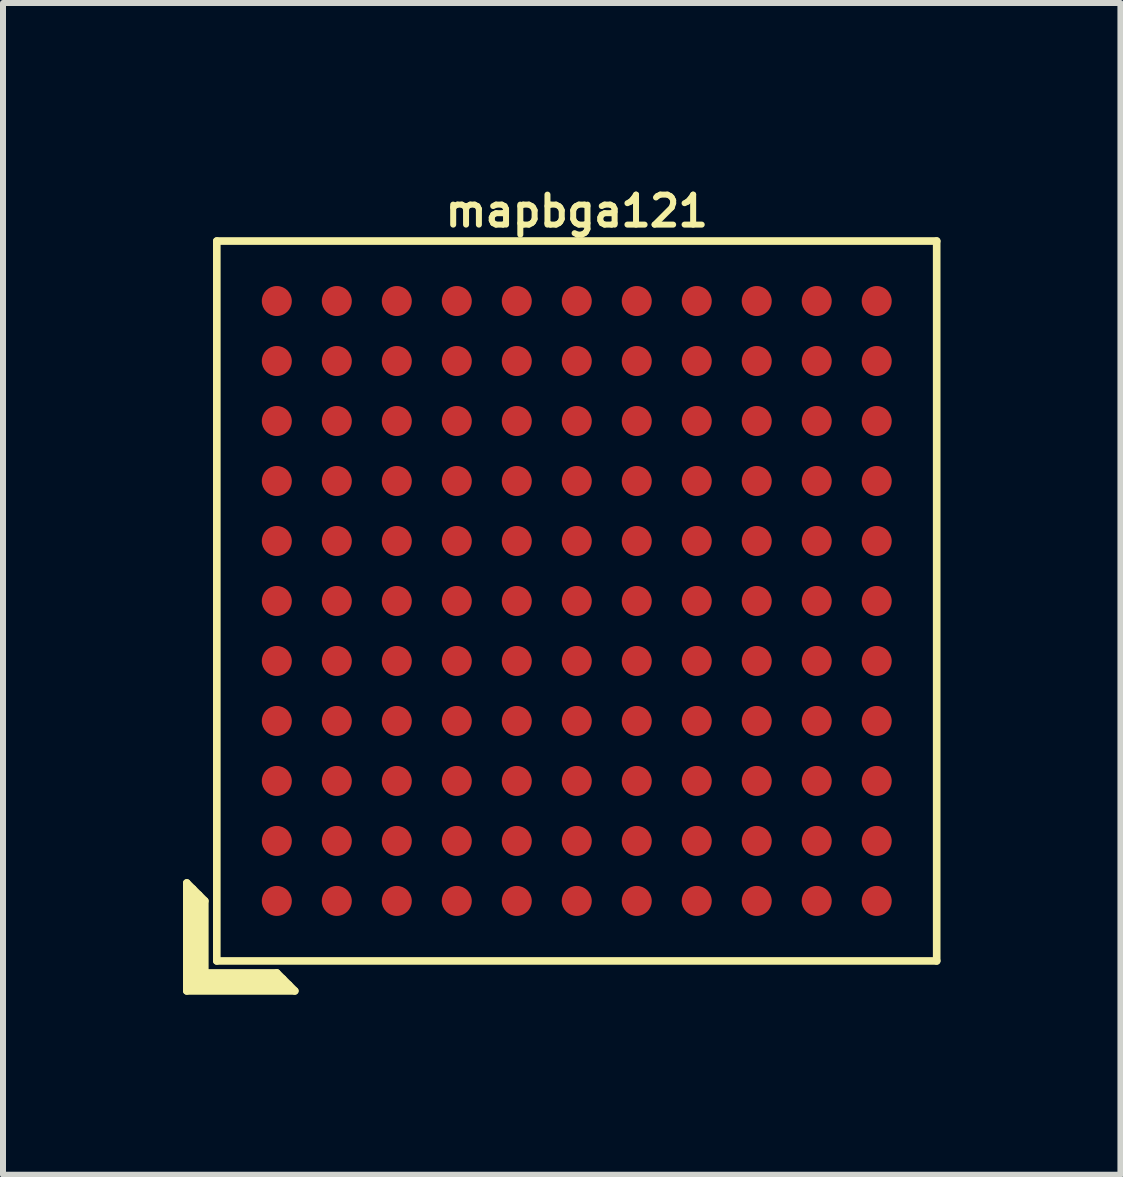
<source format=kicad_pcb>
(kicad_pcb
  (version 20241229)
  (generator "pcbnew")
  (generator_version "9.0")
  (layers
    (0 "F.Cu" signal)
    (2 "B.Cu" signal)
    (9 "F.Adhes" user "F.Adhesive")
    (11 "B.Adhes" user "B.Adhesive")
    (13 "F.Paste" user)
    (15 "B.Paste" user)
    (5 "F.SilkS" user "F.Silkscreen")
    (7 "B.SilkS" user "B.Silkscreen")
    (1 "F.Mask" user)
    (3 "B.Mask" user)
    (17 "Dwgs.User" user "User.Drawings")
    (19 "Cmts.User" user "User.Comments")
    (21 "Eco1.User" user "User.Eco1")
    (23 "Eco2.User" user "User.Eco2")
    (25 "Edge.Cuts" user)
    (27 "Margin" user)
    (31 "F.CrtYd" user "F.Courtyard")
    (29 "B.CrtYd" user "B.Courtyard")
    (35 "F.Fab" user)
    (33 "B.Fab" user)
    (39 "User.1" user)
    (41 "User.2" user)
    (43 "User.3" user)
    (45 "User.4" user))
  (footprint "mapbga121"
    (layer "F.Cu")
    (at 6.564 6.968)
    (property "Reference" "mapbga121" (at 0 -6.5 0) (layer "F.SilkS") (effects (font (size 0.5 0.5) (thickness 0.1))))
    (attr through_hole)
    (fp_line (start -6.5 4.7) (end -6.2 5) (stroke (width 0.127) (type solid)) (layer "F.SilkS"))
    (fp_line (start -6.5 6.5) (end -6.5 4.7) (stroke (width 0.127) (type solid)) (layer "F.SilkS"))
    (fp_line (start -6.4 6.4) (end -6.4 4.8) (stroke (width 0.127) (type solid)) (layer "F.SilkS"))
    (fp_line (start -6.3 4.9) (end -6.3 6.3) (stroke (width 0.127) (type solid)) (layer "F.SilkS"))
    (fp_line (start -6.3 6.3) (end -4.9 6.3) (stroke (width 0.127) (type solid)) (layer "F.SilkS"))
    (fp_line (start -6.2 5) (end -6.2 6.2) (stroke (width 0.127) (type solid)) (layer "F.SilkS"))
    (fp_line (start -6.2 6.2) (end -5 6.2) (stroke (width 0.127) (type solid)) (layer "F.SilkS"))
    (fp_line (start -6 -6) (end -6 6) (stroke (width 0.127) (type solid)) (layer "F.SilkS"))
    (fp_line (start -6 6) (end 6 6) (stroke (width 0.127) (type solid)) (layer "F.SilkS"))
    (fp_line (start -5 6.2) (end -4.7 6.5) (stroke (width 0.127) (type solid)) (layer "F.SilkS"))
    (fp_line (start -4.8 6.4) (end -6.4 6.4) (stroke (width 0.127) (type solid)) (layer "F.SilkS"))
    (fp_line (start -4.7 6.5) (end -6.5 6.5) (stroke (width 0.127) (type solid)) (layer "F.SilkS"))
    (fp_line (start 6 -6) (end -6 -6) (stroke (width 0.127) (type solid)) (layer "F.SilkS"))
    (fp_line (start 6 6) (end 6 -6) (stroke (width 0.127) (type solid)) (layer "F.SilkS"))
    (pad "A1" smd circle (at -5 5) (size 0.5 0.5) (layers "F.Cu" "F.Mask" "F.Paste"))
    (pad "A2" smd circle (at -5 4) (size 0.5 0.5) (layers "F.Cu" "F.Mask" "F.Paste"))
    (pad "A3" smd circle (at -5 3) (size 0.5 0.5) (layers "F.Cu" "F.Mask" "F.Paste"))
    (pad "A4" smd circle (at -5 2) (size 0.5 0.5) (layers "F.Cu" "F.Mask" "F.Paste"))
    (pad "A5" smd circle (at -5 1) (size 0.5 0.5) (layers "F.Cu" "F.Mask" "F.Paste"))
    (pad "A6" smd circle (at -5 0) (size 0.5 0.5) (layers "F.Cu" "F.Mask" "F.Paste"))
    (pad "A7" smd circle (at -5 -1) (size 0.5 0.5) (layers "F.Cu" "F.Mask" "F.Paste"))
    (pad "A8" smd circle (at -5 -2) (size 0.5 0.5) (layers "F.Cu" "F.Mask" "F.Paste"))
    (pad "A9" smd circle (at -5 -3) (size 0.5 0.5) (layers "F.Cu" "F.Mask" "F.Paste"))
    (pad "A10" smd circle (at -5 -4) (size 0.5 0.5) (layers "F.Cu" "F.Mask" "F.Paste"))
    (pad "A11" smd circle (at -5 -5) (size 0.5 0.5) (layers "F.Cu" "F.Mask" "F.Paste"))
    (pad "B1" smd circle (at -4 5) (size 0.5 0.5) (layers "F.Cu" "F.Mask" "F.Paste"))
    (pad "B2" smd circle (at -4 4) (size 0.5 0.5) (layers "F.Cu" "F.Mask" "F.Paste"))
    (pad "B3" smd circle (at -4 3) (size 0.5 0.5) (layers "F.Cu" "F.Mask" "F.Paste"))
    (pad "B4" smd circle (at -4 2) (size 0.5 0.5) (layers "F.Cu" "F.Mask" "F.Paste"))
    (pad "B5" smd circle (at -4 1) (size 0.5 0.5) (layers "F.Cu" "F.Mask" "F.Paste"))
    (pad "B6" smd circle (at -4 0) (size 0.5 0.5) (layers "F.Cu" "F.Mask" "F.Paste"))
    (pad "B7" smd circle (at -4 -1) (size 0.5 0.5) (layers "F.Cu" "F.Mask" "F.Paste"))
    (pad "B8" smd circle (at -4 -2) (size 0.5 0.5) (layers "F.Cu" "F.Mask" "F.Paste"))
    (pad "B9" smd circle (at -4 -3) (size 0.5 0.5) (layers "F.Cu" "F.Mask" "F.Paste"))
    (pad "B10" smd circle (at -4 -4) (size 0.5 0.5) (layers "F.Cu" "F.Mask" "F.Paste"))
    (pad "B11" smd circle (at -4 -5) (size 0.5 0.5) (layers "F.Cu" "F.Mask" "F.Paste"))
    (pad "C1" smd circle (at -3 5) (size 0.5 0.5) (layers "F.Cu" "F.Mask" "F.Paste"))
    (pad "C2" smd circle (at -3 4) (size 0.5 0.5) (layers "F.Cu" "F.Mask" "F.Paste"))
    (pad "C3" smd circle (at -3 3) (size 0.5 0.5) (layers "F.Cu" "F.Mask" "F.Paste"))
    (pad "C4" smd circle (at -3 2) (size 0.5 0.5) (layers "F.Cu" "F.Mask" "F.Paste"))
    (pad "C5" smd circle (at -3 1) (size 0.5 0.5) (layers "F.Cu" "F.Mask" "F.Paste"))
    (pad "C6" smd circle (at -3 0) (size 0.5 0.5) (layers "F.Cu" "F.Mask" "F.Paste"))
    (pad "C7" smd circle (at -3 -1) (size 0.5 0.5) (layers "F.Cu" "F.Mask" "F.Paste"))
    (pad "C8" smd circle (at -3 -2) (size 0.5 0.5) (layers "F.Cu" "F.Mask" "F.Paste"))
    (pad "C9" smd circle (at -3 -3) (size 0.5 0.5) (layers "F.Cu" "F.Mask" "F.Paste"))
    (pad "C10" smd circle (at -3 -4) (size 0.5 0.5) (layers "F.Cu" "F.Mask" "F.Paste"))
    (pad "C11" smd circle (at -3 -5) (size 0.5 0.5) (layers "F.Cu" "F.Mask" "F.Paste"))
    (pad "D1" smd circle (at -2 5) (size 0.5 0.5) (layers "F.Cu" "F.Mask" "F.Paste"))
    (pad "D2" smd circle (at -2 4) (size 0.5 0.5) (layers "F.Cu" "F.Mask" "F.Paste"))
    (pad "D3" smd circle (at -2 3) (size 0.5 0.5) (layers "F.Cu" "F.Mask" "F.Paste"))
    (pad "D4" smd circle (at -2 2) (size 0.5 0.5) (layers "F.Cu" "F.Mask" "F.Paste"))
    (pad "D5" smd circle (at -2 1) (size 0.5 0.5) (layers "F.Cu" "F.Mask" "F.Paste"))
    (pad "D6" smd circle (at -2 0) (size 0.5 0.5) (layers "F.Cu" "F.Mask" "F.Paste"))
    (pad "D7" smd circle (at -2 -1) (size 0.5 0.5) (layers "F.Cu" "F.Mask" "F.Paste"))
    (pad "D8" smd circle (at -2 -2) (size 0.5 0.5) (layers "F.Cu" "F.Mask" "F.Paste"))
    (pad "D9" smd circle (at -2 -3) (size 0.5 0.5) (layers "F.Cu" "F.Mask" "F.Paste"))
    (pad "D10" smd circle (at -2 -4) (size 0.5 0.5) (layers "F.Cu" "F.Mask" "F.Paste"))
    (pad "D11" smd circle (at -2 -5) (size 0.5 0.5) (layers "F.Cu" "F.Mask" "F.Paste"))
    (pad "E1" smd circle (at -1 5) (size 0.5 0.5) (layers "F.Cu" "F.Mask" "F.Paste"))
    (pad "E2" smd circle (at -1 4) (size 0.5 0.5) (layers "F.Cu" "F.Mask" "F.Paste"))
    (pad "E3" smd circle (at -1 3) (size 0.5 0.5) (layers "F.Cu" "F.Mask" "F.Paste"))
    (pad "E4" smd circle (at -1 2) (size 0.5 0.5) (layers "F.Cu" "F.Mask" "F.Paste"))
    (pad "E5" smd circle (at -1 1) (size 0.5 0.5) (layers "F.Cu" "F.Mask" "F.Paste"))
    (pad "E6" smd circle (at -1 0) (size 0.5 0.5) (layers "F.Cu" "F.Mask" "F.Paste"))
    (pad "E7" smd circle (at -1 -1) (size 0.5 0.5) (layers "F.Cu" "F.Mask" "F.Paste"))
    (pad "E8" smd circle (at -1 -2) (size 0.5 0.5) (layers "F.Cu" "F.Mask" "F.Paste"))
    (pad "E9" smd circle (at -1 -3) (size 0.5 0.5) (layers "F.Cu" "F.Mask" "F.Paste"))
    (pad "E10" smd circle (at -1 -4) (size 0.5 0.5) (layers "F.Cu" "F.Mask" "F.Paste"))
    (pad "E11" smd circle (at -1 -5) (size 0.5 0.5) (layers "F.Cu" "F.Mask" "F.Paste"))
    (pad "F1" smd circle (at 0 5) (size 0.5 0.5) (layers "F.Cu" "F.Mask" "F.Paste"))
    (pad "F2" smd circle (at 0 4) (size 0.5 0.5) (layers "F.Cu" "F.Mask" "F.Paste"))
    (pad "F3" smd circle (at 0 3) (size 0.5 0.5) (layers "F.Cu" "F.Mask" "F.Paste"))
    (pad "F4" smd circle (at 0 2) (size 0.5 0.5) (layers "F.Cu" "F.Mask" "F.Paste"))
    (pad "F5" smd circle (at 0 1) (size 0.5 0.5) (layers "F.Cu" "F.Mask" "F.Paste"))
    (pad "F6" smd circle (at 0 0) (size 0.5 0.5) (layers "F.Cu" "F.Mask" "F.Paste"))
    (pad "F7" smd circle (at 0 -1) (size 0.5 0.5) (layers "F.Cu" "F.Mask" "F.Paste"))
    (pad "F8" smd circle (at 0 -2) (size 0.5 0.5) (layers "F.Cu" "F.Mask" "F.Paste"))
    (pad "F9" smd circle (at 0 -3) (size 0.5 0.5) (layers "F.Cu" "F.Mask" "F.Paste"))
    (pad "F10" smd circle (at 0 -4) (size 0.5 0.5) (layers "F.Cu" "F.Mask" "F.Paste"))
    (pad "F11" smd circle (at 0 -5) (size 0.5 0.5) (layers "F.Cu" "F.Mask" "F.Paste"))
    (pad "G1" smd circle (at 1 5) (size 0.5 0.5) (layers "F.Cu" "F.Mask" "F.Paste"))
    (pad "G2" smd circle (at 1 4) (size 0.5 0.5) (layers "F.Cu" "F.Mask" "F.Paste"))
    (pad "G3" smd circle (at 1 3) (size 0.5 0.5) (layers "F.Cu" "F.Mask" "F.Paste"))
    (pad "G4" smd circle (at 1 2) (size 0.5 0.5) (layers "F.Cu" "F.Mask" "F.Paste"))
    (pad "G5" smd circle (at 1 1) (size 0.5 0.5) (layers "F.Cu" "F.Mask" "F.Paste"))
    (pad "G6" smd circle (at 1 0) (size 0.5 0.5) (layers "F.Cu" "F.Mask" "F.Paste"))
    (pad "G7" smd circle (at 1 -1) (size 0.5 0.5) (layers "F.Cu" "F.Mask" "F.Paste"))
    (pad "G8" smd circle (at 1 -2) (size 0.5 0.5) (layers "F.Cu" "F.Mask" "F.Paste"))
    (pad "G9" smd circle (at 1 -3) (size 0.5 0.5) (layers "F.Cu" "F.Mask" "F.Paste"))
    (pad "G10" smd circle (at 1 -4) (size 0.5 0.5) (layers "F.Cu" "F.Mask" "F.Paste"))
    (pad "G11" smd circle (at 1 -5) (size 0.5 0.5) (layers "F.Cu" "F.Mask" "F.Paste"))
    (pad "H1" smd circle (at 2 5) (size 0.5 0.5) (layers "F.Cu" "F.Mask" "F.Paste"))
    (pad "H2" smd circle (at 2 4) (size 0.5 0.5) (layers "F.Cu" "F.Mask" "F.Paste"))
    (pad "H3" smd circle (at 2 3) (size 0.5 0.5) (layers "F.Cu" "F.Mask" "F.Paste"))
    (pad "H4" smd circle (at 2 2) (size 0.5 0.5) (layers "F.Cu" "F.Mask" "F.Paste"))
    (pad "H5" smd circle (at 2 1) (size 0.5 0.5) (layers "F.Cu" "F.Mask" "F.Paste"))
    (pad "H6" smd circle (at 2 0) (size 0.5 0.5) (layers "F.Cu" "F.Mask" "F.Paste"))
    (pad "H7" smd circle (at 2 -1) (size 0.5 0.5) (layers "F.Cu" "F.Mask" "F.Paste"))
    (pad "H8" smd circle (at 2 -2) (size 0.5 0.5) (layers "F.Cu" "F.Mask" "F.Paste"))
    (pad "H9" smd circle (at 2 -3) (size 0.5 0.5) (layers "F.Cu" "F.Mask" "F.Paste"))
    (pad "H10" smd circle (at 2 -4) (size 0.5 0.5) (layers "F.Cu" "F.Mask" "F.Paste"))
    (pad "H11" smd circle (at 2 -5) (size 0.5 0.5) (layers "F.Cu" "F.Mask" "F.Paste"))
    (pad "J1" smd circle (at 3 5) (size 0.5 0.5) (layers "F.Cu" "F.Mask" "F.Paste"))
    (pad "J2" smd circle (at 3 4) (size 0.5 0.5) (layers "F.Cu" "F.Mask" "F.Paste"))
    (pad "J3" smd circle (at 3 3) (size 0.5 0.5) (layers "F.Cu" "F.Mask" "F.Paste"))
    (pad "J4" smd circle (at 3 2) (size 0.5 0.5) (layers "F.Cu" "F.Mask" "F.Paste"))
    (pad "J5" smd circle (at 3 1) (size 0.5 0.5) (layers "F.Cu" "F.Mask" "F.Paste"))
    (pad "J6" smd circle (at 3 0) (size 0.5 0.5) (layers "F.Cu" "F.Mask" "F.Paste"))
    (pad "J7" smd circle (at 3 -1) (size 0.5 0.5) (layers "F.Cu" "F.Mask" "F.Paste"))
    (pad "J8" smd circle (at 3 -2) (size 0.5 0.5) (layers "F.Cu" "F.Mask" "F.Paste"))
    (pad "J9" smd circle (at 3 -3) (size 0.5 0.5) (layers "F.Cu" "F.Mask" "F.Paste"))
    (pad "J10" smd circle (at 3 -4) (size 0.5 0.5) (layers "F.Cu" "F.Mask" "F.Paste"))
    (pad "J11" smd circle (at 3 -5) (size 0.5 0.5) (layers "F.Cu" "F.Mask" "F.Paste"))
    (pad "K1" smd circle (at 4 5) (size 0.5 0.5) (layers "F.Cu" "F.Mask" "F.Paste"))
    (pad "K2" smd circle (at 4 4) (size 0.5 0.5) (layers "F.Cu" "F.Mask" "F.Paste"))
    (pad "K3" smd circle (at 4 3) (size 0.5 0.5) (layers "F.Cu" "F.Mask" "F.Paste"))
    (pad "K4" smd circle (at 4 2) (size 0.5 0.5) (layers "F.Cu" "F.Mask" "F.Paste"))
    (pad "K5" smd circle (at 4 1) (size 0.5 0.5) (layers "F.Cu" "F.Mask" "F.Paste"))
    (pad "K6" smd circle (at 4 0) (size 0.5 0.5) (layers "F.Cu" "F.Mask" "F.Paste"))
    (pad "K7" smd circle (at 4 -1) (size 0.5 0.5) (layers "F.Cu" "F.Mask" "F.Paste"))
    (pad "K8" smd circle (at 4 -2) (size 0.5 0.5) (layers "F.Cu" "F.Mask" "F.Paste"))
    (pad "K9" smd circle (at 4 -3) (size 0.5 0.5) (layers "F.Cu" "F.Mask" "F.Paste"))
    (pad "K10" smd circle (at 4 -4) (size 0.5 0.5) (layers "F.Cu" "F.Mask" "F.Paste"))
    (pad "K11" smd circle (at 4 -5) (size 0.5 0.5) (layers "F.Cu" "F.Mask" "F.Paste"))
    (pad "L1" smd circle (at 5 5) (size 0.5 0.5) (layers "F.Cu" "F.Mask" "F.Paste"))
    (pad "L2" smd circle (at 5 4) (size 0.5 0.5) (layers "F.Cu" "F.Mask" "F.Paste"))
    (pad "L3" smd circle (at 5 3) (size 0.5 0.5) (layers "F.Cu" "F.Mask" "F.Paste"))
    (pad "L4" smd circle (at 5 2) (size 0.5 0.5) (layers "F.Cu" "F.Mask" "F.Paste"))
    (pad "L5" smd circle (at 5 1) (size 0.5 0.5) (layers "F.Cu" "F.Mask" "F.Paste"))
    (pad "L6" smd circle (at 5 0) (size 0.5 0.5) (layers "F.Cu" "F.Mask" "F.Paste"))
    (pad "L7" smd circle (at 5 -1) (size 0.5 0.5) (layers "F.Cu" "F.Mask" "F.Paste"))
    (pad "L8" smd circle (at 5 -2) (size 0.5 0.5) (layers "F.Cu" "F.Mask" "F.Paste"))
    (pad "L9" smd circle (at 5 -3) (size 0.5 0.5) (layers "F.Cu" "F.Mask" "F.Paste"))
    (pad "L10" smd circle (at 5 -4) (size 0.5 0.5) (layers "F.Cu" "F.Mask" "F.Paste"))
    (pad "L11" smd circle (at 5 -5) (size 0.5 0.5) (layers "F.Cu" "F.Mask" "F.Paste")))
  (gr_rect
    (start -3 -3)
    (end 15.627 16.532)
    (stroke (width 0.1) (type default))
    (fill no)
    (layer "Edge.Cuts")))
</source>
